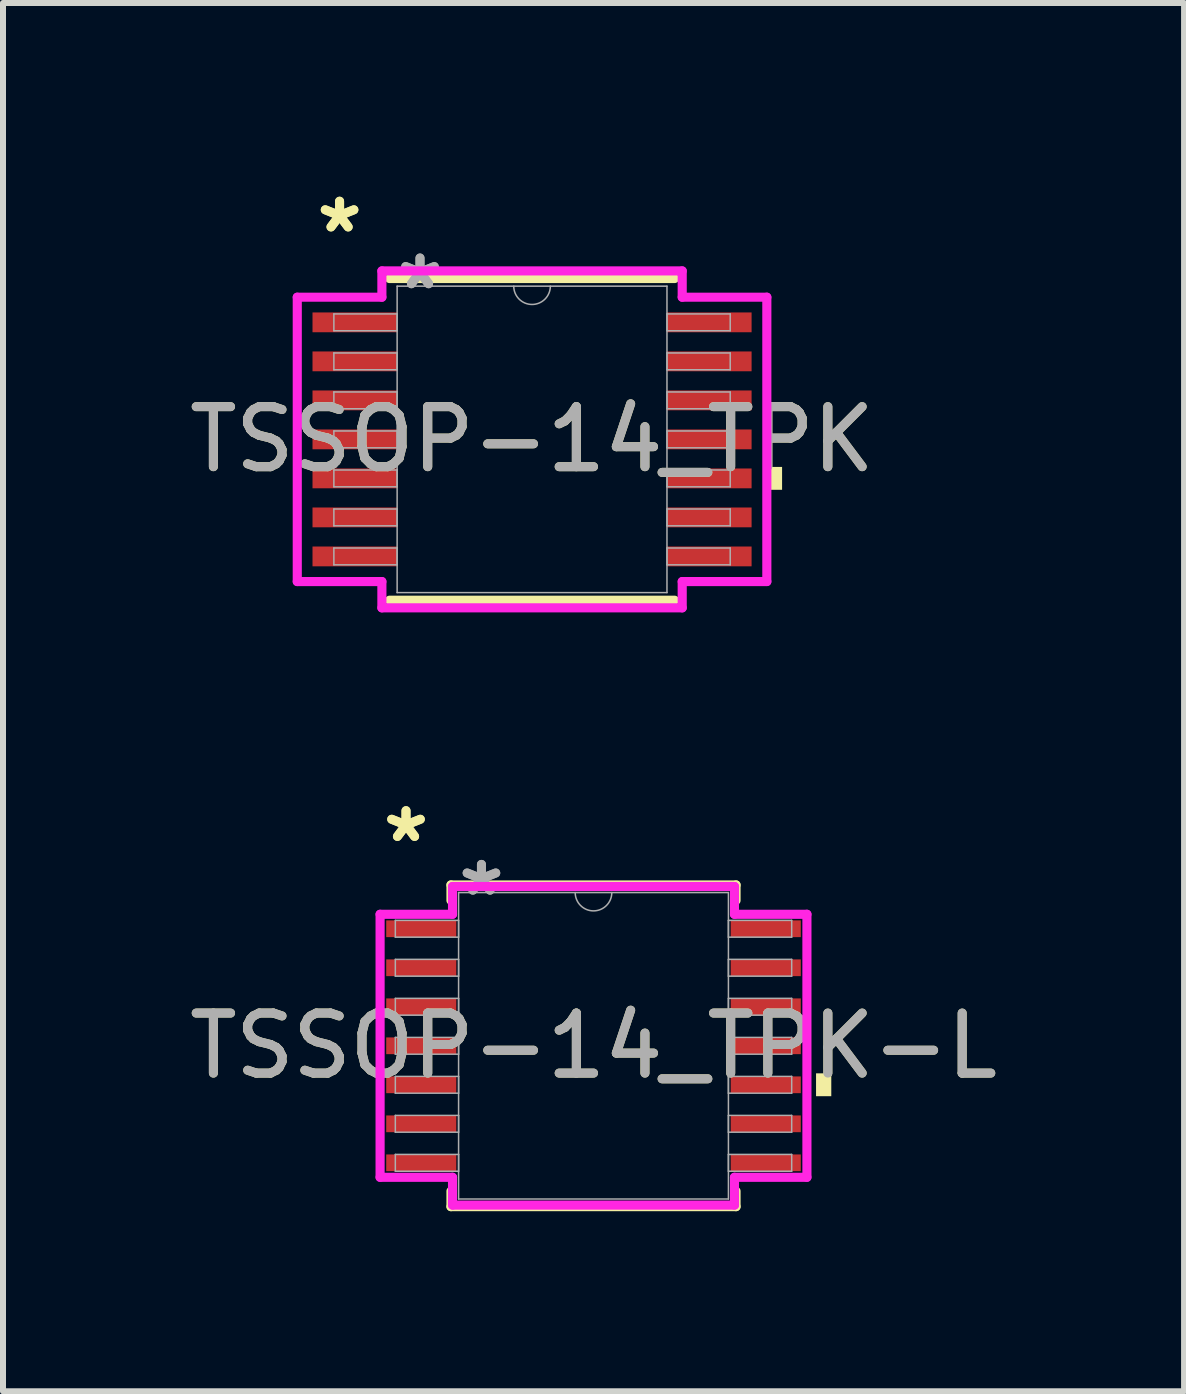
<source format=kicad_pcb>
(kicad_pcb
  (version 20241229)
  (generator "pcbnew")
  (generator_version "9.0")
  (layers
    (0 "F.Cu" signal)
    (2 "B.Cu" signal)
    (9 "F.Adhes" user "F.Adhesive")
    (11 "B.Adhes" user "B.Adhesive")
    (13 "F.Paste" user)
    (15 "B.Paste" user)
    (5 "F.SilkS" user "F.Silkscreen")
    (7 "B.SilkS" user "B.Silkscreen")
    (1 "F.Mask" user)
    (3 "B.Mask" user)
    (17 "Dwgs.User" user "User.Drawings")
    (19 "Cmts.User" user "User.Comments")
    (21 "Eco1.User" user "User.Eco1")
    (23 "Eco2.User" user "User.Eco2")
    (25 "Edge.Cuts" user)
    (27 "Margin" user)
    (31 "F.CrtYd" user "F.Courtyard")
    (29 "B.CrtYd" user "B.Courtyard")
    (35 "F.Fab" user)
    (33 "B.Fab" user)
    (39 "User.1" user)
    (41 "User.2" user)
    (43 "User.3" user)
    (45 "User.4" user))
  (footprint "TSSOP-14_TPK-L"
    (layer "F.Cu")
    (at 6.839 14.375)
    (property "Reference" "TSSOP-14_TPK-L" (at 0 0 0) (unlocked yes) (layer "F.SilkS") (effects (font (size 1 1) (thickness 0.15))))
    (attr smd)
    (fp_line (start -2.375 -2.68) (end -2.375 -2.422) (stroke (width 0.152) (type solid)) (layer "F.SilkS"))
    (fp_line (start -2.375 2.422) (end -2.375 2.68) (stroke (width 0.152) (type solid)) (layer "F.SilkS"))
    (fp_line (start -2.375 2.68) (end 2.375 2.68) (stroke (width 0.152) (type solid)) (layer "F.SilkS"))
    (fp_line (start 2.375 -2.68) (end -2.375 -2.68) (stroke (width 0.152) (type solid)) (layer "F.SilkS"))
    (fp_line (start 2.375 -2.422) (end 2.375 -2.68) (stroke (width 0.152) (type solid)) (layer "F.SilkS"))
    (fp_line (start 2.375 2.68) (end 2.375 2.422) (stroke (width 0.152) (type solid)) (layer "F.SilkS"))
    (fp_poly (pts (xy 3.962 0.459) (xy 3.962 0.84) (xy 3.708 0.84) (xy 3.708 0.459)) (stroke (width 0) (type solid)) (fill yes) (layer "F.SilkS"))
    (fp_line (start -3.556 -2.191) (end -2.349 -2.191) (stroke (width 0.152) (type solid)) (layer "F.CrtYd"))
    (fp_line (start -3.556 2.191) (end -3.556 -2.191) (stroke (width 0.152) (type solid)) (layer "F.CrtYd"))
    (fp_line (start -3.556 2.191) (end -2.349 2.191) (stroke (width 0.152) (type solid)) (layer "F.CrtYd"))
    (fp_line (start -2.349 -2.654) (end 2.349 -2.654) (stroke (width 0.152) (type solid)) (layer "F.CrtYd"))
    (fp_line (start -2.349 -2.191) (end -2.349 -2.654) (stroke (width 0.152) (type solid)) (layer "F.CrtYd"))
    (fp_line (start -2.349 2.654) (end -2.349 2.191) (stroke (width 0.152) (type solid)) (layer "F.CrtYd"))
    (fp_line (start 2.349 -2.654) (end 2.349 -2.191) (stroke (width 0.152) (type solid)) (layer "F.CrtYd"))
    (fp_line (start 2.349 2.191) (end 2.349 2.654) (stroke (width 0.152) (type solid)) (layer "F.CrtYd"))
    (fp_line (start 2.349 2.654) (end -2.349 2.654) (stroke (width 0.152) (type solid)) (layer "F.CrtYd"))
    (fp_line (start 3.556 -2.191) (end 2.349 -2.191) (stroke (width 0.152) (type solid)) (layer "F.CrtYd"))
    (fp_line (start 3.556 -2.191) (end 3.556 2.191) (stroke (width 0.152) (type solid)) (layer "F.CrtYd"))
    (fp_line (start 3.556 2.191) (end 2.349 2.191) (stroke (width 0.152) (type solid)) (layer "F.CrtYd"))
    (fp_line (start -3.302 -2.09) (end -3.302 -1.81) (stroke (width 0.025) (type solid)) (layer "F.Fab"))
    (fp_line (start -3.302 -1.81) (end -2.248 -1.81) (stroke (width 0.025) (type solid)) (layer "F.Fab"))
    (fp_line (start -3.302 -1.44) (end -3.302 -1.16) (stroke (width 0.025) (type solid)) (layer "F.Fab"))
    (fp_line (start -3.302 -1.16) (end -2.248 -1.16) (stroke (width 0.025) (type solid)) (layer "F.Fab"))
    (fp_line (start -3.302 -0.79) (end -3.302 -0.51) (stroke (width 0.025) (type solid)) (layer "F.Fab"))
    (fp_line (start -3.302 -0.51) (end -2.248 -0.51) (stroke (width 0.025) (type solid)) (layer "F.Fab"))
    (fp_line (start -3.302 -0.14) (end -3.302 0.14) (stroke (width 0.025) (type solid)) (layer "F.Fab"))
    (fp_line (start -3.302 0.14) (end -2.248 0.14) (stroke (width 0.025) (type solid)) (layer "F.Fab"))
    (fp_line (start -3.302 0.51) (end -3.302 0.79) (stroke (width 0.025) (type solid)) (layer "F.Fab"))
    (fp_line (start -3.302 0.79) (end -2.248 0.79) (stroke (width 0.025) (type solid)) (layer "F.Fab"))
    (fp_line (start -3.302 1.16) (end -3.302 1.44) (stroke (width 0.025) (type solid)) (layer "F.Fab"))
    (fp_line (start -3.302 1.44) (end -2.248 1.44) (stroke (width 0.025) (type solid)) (layer "F.Fab"))
    (fp_line (start -3.302 1.81) (end -3.302 2.09) (stroke (width 0.025) (type solid)) (layer "F.Fab"))
    (fp_line (start -3.302 2.09) (end -2.248 2.09) (stroke (width 0.025) (type solid)) (layer "F.Fab"))
    (fp_line (start -2.248 -2.553) (end -2.248 2.553) (stroke (width 0.025) (type solid)) (layer "F.Fab"))
    (fp_line (start -2.248 -2.09) (end -3.302 -2.09) (stroke (width 0.025) (type solid)) (layer "F.Fab"))
    (fp_line (start -2.248 -1.81) (end -2.248 -2.09) (stroke (width 0.025) (type solid)) (layer "F.Fab"))
    (fp_line (start -2.248 -1.44) (end -3.302 -1.44) (stroke (width 0.025) (type solid)) (layer "F.Fab"))
    (fp_line (start -2.248 -1.16) (end -2.248 -1.44) (stroke (width 0.025) (type solid)) (layer "F.Fab"))
    (fp_line (start -2.248 -0.79) (end -3.302 -0.79) (stroke (width 0.025) (type solid)) (layer "F.Fab"))
    (fp_line (start -2.248 -0.51) (end -2.248 -0.79) (stroke (width 0.025) (type solid)) (layer "F.Fab"))
    (fp_line (start -2.248 -0.14) (end -3.302 -0.14) (stroke (width 0.025) (type solid)) (layer "F.Fab"))
    (fp_line (start -2.248 0.14) (end -2.248 -0.14) (stroke (width 0.025) (type solid)) (layer "F.Fab"))
    (fp_line (start -2.248 0.51) (end -3.302 0.51) (stroke (width 0.025) (type solid)) (layer "F.Fab"))
    (fp_line (start -2.248 0.79) (end -2.248 0.51) (stroke (width 0.025) (type solid)) (layer "F.Fab"))
    (fp_line (start -2.248 1.16) (end -3.302 1.16) (stroke (width 0.025) (type solid)) (layer "F.Fab"))
    (fp_line (start -2.248 1.44) (end -2.248 1.16) (stroke (width 0.025) (type solid)) (layer "F.Fab"))
    (fp_line (start -2.248 1.81) (end -3.302 1.81) (stroke (width 0.025) (type solid)) (layer "F.Fab"))
    (fp_line (start -2.248 2.09) (end -2.248 1.81) (stroke (width 0.025) (type solid)) (layer "F.Fab"))
    (fp_line (start -2.248 2.553) (end 2.248 2.553) (stroke (width 0.025) (type solid)) (layer "F.Fab"))
    (fp_line (start 2.248 -2.553) (end -2.248 -2.553) (stroke (width 0.025) (type solid)) (layer "F.Fab"))
    (fp_line (start 2.248 -2.09) (end 2.248 -1.81) (stroke (width 0.025) (type solid)) (layer "F.Fab"))
    (fp_line (start 2.248 -1.81) (end 3.302 -1.81) (stroke (width 0.025) (type solid)) (layer "F.Fab"))
    (fp_line (start 2.248 -1.44) (end 2.248 -1.16) (stroke (width 0.025) (type solid)) (layer "F.Fab"))
    (fp_line (start 2.248 -1.16) (end 3.302 -1.16) (stroke (width 0.025) (type solid)) (layer "F.Fab"))
    (fp_line (start 2.248 -0.79) (end 2.248 -0.51) (stroke (width 0.025) (type solid)) (layer "F.Fab"))
    (fp_line (start 2.248 -0.51) (end 3.302 -0.51) (stroke (width 0.025) (type solid)) (layer "F.Fab"))
    (fp_line (start 2.248 -0.14) (end 2.248 0.14) (stroke (width 0.025) (type solid)) (layer "F.Fab"))
    (fp_line (start 2.248 0.14) (end 3.302 0.14) (stroke (width 0.025) (type solid)) (layer "F.Fab"))
    (fp_line (start 2.248 0.51) (end 2.248 0.79) (stroke (width 0.025) (type solid)) (layer "F.Fab"))
    (fp_line (start 2.248 0.79) (end 3.302 0.79) (stroke (width 0.025) (type solid)) (layer "F.Fab"))
    (fp_line (start 2.248 1.16) (end 2.248 1.44) (stroke (width 0.025) (type solid)) (layer "F.Fab"))
    (fp_line (start 2.248 1.44) (end 3.302 1.44) (stroke (width 0.025) (type solid)) (layer "F.Fab"))
    (fp_line (start 2.248 1.81) (end 2.248 2.09) (stroke (width 0.025) (type solid)) (layer "F.Fab"))
    (fp_line (start 2.248 2.09) (end 3.302 2.09) (stroke (width 0.025) (type solid)) (layer "F.Fab"))
    (fp_line (start 2.248 2.553) (end 2.248 -2.553) (stroke (width 0.025) (type solid)) (layer "F.Fab"))
    (fp_line (start 3.302 -2.09) (end 2.248 -2.09) (stroke (width 0.025) (type solid)) (layer "F.Fab"))
    (fp_line (start 3.302 -1.81) (end 3.302 -2.09) (stroke (width 0.025) (type solid)) (layer "F.Fab"))
    (fp_line (start 3.302 -1.44) (end 2.248 -1.44) (stroke (width 0.025) (type solid)) (layer "F.Fab"))
    (fp_line (start 3.302 -1.16) (end 3.302 -1.44) (stroke (width 0.025) (type solid)) (layer "F.Fab"))
    (fp_line (start 3.302 -0.79) (end 2.248 -0.79) (stroke (width 0.025) (type solid)) (layer "F.Fab"))
    (fp_line (start 3.302 -0.51) (end 3.302 -0.79) (stroke (width 0.025) (type solid)) (layer "F.Fab"))
    (fp_line (start 3.302 -0.14) (end 2.248 -0.14) (stroke (width 0.025) (type solid)) (layer "F.Fab"))
    (fp_line (start 3.302 0.14) (end 3.302 -0.14) (stroke (width 0.025) (type solid)) (layer "F.Fab"))
    (fp_line (start 3.302 0.51) (end 2.248 0.51) (stroke (width 0.025) (type solid)) (layer "F.Fab"))
    (fp_line (start 3.302 0.79) (end 3.302 0.51) (stroke (width 0.025) (type solid)) (layer "F.Fab"))
    (fp_line (start 3.302 1.16) (end 2.248 1.16) (stroke (width 0.025) (type solid)) (layer "F.Fab"))
    (fp_line (start 3.302 1.44) (end 3.302 1.16) (stroke (width 0.025) (type solid)) (layer "F.Fab"))
    (fp_line (start 3.302 1.81) (end 2.248 1.81) (stroke (width 0.025) (type solid)) (layer "F.Fab"))
    (fp_line (start 3.302 2.09) (end 3.302 1.81) (stroke (width 0.025) (type solid)) (layer "F.Fab"))
    (fp_arc (start 0.3048 -2.5527) (mid 0 -2.2479) (end -0.3048 -2.5527) (stroke (width 0.0254) (type solid)) (layer "F.Fab"))
    (fp_text user "*" (at -3.124 -3.372 0) (layer "F.SilkS") (effects (font (size 1 1) (thickness 0.15))))
    (fp_text user "*" (at -3.124 -3.372 0) (unlocked yes) (layer "F.SilkS") (effects (font (size 1 1) (thickness 0.15))))
    (fp_text user "${REFERENCE}" (at 0 0 0) (unlocked yes) (layer "F.Fab") (effects (font (size 1 1) (thickness 0.15))))
    (fp_text user "*" (at -1.867 -2.477 0) (unlocked yes) (layer "F.Fab") (effects (font (size 1 1) (thickness 0.15))))
    (fp_text user "*" (at -1.867 -2.477 0) (layer "F.Fab") (effects (font (size 1 1) (thickness 0.15))))
    (pad "1" smd rect (at -2.87 -1.95) (size 1.168 0.279) (layers "F.Cu" "F.Mask" "F.Paste"))
    (pad "2" smd rect (at -2.87 -1.3) (size 1.168 0.279) (layers "F.Cu" "F.Mask" "F.Paste"))
    (pad "3" smd rect (at -2.87 -0.65) (size 1.168 0.279) (layers "F.Cu" "F.Mask" "F.Paste"))
    (pad "4" smd rect (at -2.87 0) (size 1.168 0.279) (layers "F.Cu" "F.Mask" "F.Paste"))
    (pad "5" smd rect (at -2.87 0.65) (size 1.168 0.279) (layers "F.Cu" "F.Mask" "F.Paste"))
    (pad "6" smd rect (at -2.87 1.3) (size 1.168 0.279) (layers "F.Cu" "F.Mask" "F.Paste"))
    (pad "7" smd rect (at -2.87 1.95) (size 1.168 0.279) (layers "F.Cu" "F.Mask" "F.Paste"))
    (pad "8" smd rect (at 2.87 1.95) (size 1.168 0.279) (layers "F.Cu" "F.Mask" "F.Paste"))
    (pad "9" smd rect (at 2.87 1.3) (size 1.168 0.279) (layers "F.Cu" "F.Mask" "F.Paste"))
    (pad "10" smd rect (at 2.87 0.65) (size 1.168 0.279) (layers "F.Cu" "F.Mask" "F.Paste"))
    (pad "11" smd rect (at 2.87 0) (size 1.168 0.279) (layers "F.Cu" "F.Mask" "F.Paste"))
    (pad "12" smd rect (at 2.87 -0.65) (size 1.168 0.279) (layers "F.Cu" "F.Mask" "F.Paste"))
    (pad "13" smd rect (at 2.87 -1.3) (size 1.168 0.279) (layers "F.Cu" "F.Mask" "F.Paste"))
    (pad "14" smd rect (at 2.87 -1.95) (size 1.168 0.279) (layers "F.Cu" "F.Mask" "F.Paste")))
  (footprint "TSSOP-14_TPK"
    (layer "F.Cu")
    (at 5.815 4.271)
    (property "Reference" "TSSOP-14_TPK" (at 0 0 0) (unlocked yes) (layer "F.SilkS") (effects (font (size 1 1) (thickness 0.15))))
    (attr smd)
    (fp_line (start -2.375 2.68) (end 2.375 2.68) (stroke (width 0.152) (type solid)) (layer "F.SilkS"))
    (fp_line (start 2.375 -2.68) (end -2.375 -2.68) (stroke (width 0.152) (type solid)) (layer "F.SilkS"))
    (fp_poly (pts (xy 4.166 0.459) (xy 4.166 0.84) (xy 3.912 0.84) (xy 3.912 0.459)) (stroke (width 0) (type solid)) (fill yes) (layer "F.SilkS"))
    (fp_line (start -3.912 -2.369) (end -2.502 -2.369) (stroke (width 0.152) (type solid)) (layer "F.CrtYd"))
    (fp_line (start -3.912 2.369) (end -3.912 -2.369) (stroke (width 0.152) (type solid)) (layer "F.CrtYd"))
    (fp_line (start -3.912 2.369) (end -2.502 2.369) (stroke (width 0.152) (type solid)) (layer "F.CrtYd"))
    (fp_line (start -2.502 -2.807) (end 2.502 -2.807) (stroke (width 0.152) (type solid)) (layer "F.CrtYd"))
    (fp_line (start -2.502 -2.369) (end -2.502 -2.807) (stroke (width 0.152) (type solid)) (layer "F.CrtYd"))
    (fp_line (start -2.502 2.807) (end -2.502 2.369) (stroke (width 0.152) (type solid)) (layer "F.CrtYd"))
    (fp_line (start 2.502 -2.807) (end 2.502 -2.369) (stroke (width 0.152) (type solid)) (layer "F.CrtYd"))
    (fp_line (start 2.502 2.369) (end 2.502 2.807) (stroke (width 0.152) (type solid)) (layer "F.CrtYd"))
    (fp_line (start 2.502 2.807) (end -2.502 2.807) (stroke (width 0.152) (type solid)) (layer "F.CrtYd"))
    (fp_line (start 3.912 -2.369) (end 2.502 -2.369) (stroke (width 0.152) (type solid)) (layer "F.CrtYd"))
    (fp_line (start 3.912 -2.369) (end 3.912 2.369) (stroke (width 0.152) (type solid)) (layer "F.CrtYd"))
    (fp_line (start 3.912 2.369) (end 2.502 2.369) (stroke (width 0.152) (type solid)) (layer "F.CrtYd"))
    (fp_line (start -3.302 -2.09) (end -3.302 -1.81) (stroke (width 0.025) (type solid)) (layer "F.Fab"))
    (fp_line (start -3.302 -1.81) (end -2.248 -1.81) (stroke (width 0.025) (type solid)) (layer "F.Fab"))
    (fp_line (start -3.302 -1.44) (end -3.302 -1.16) (stroke (width 0.025) (type solid)) (layer "F.Fab"))
    (fp_line (start -3.302 -1.16) (end -2.248 -1.16) (stroke (width 0.025) (type solid)) (layer "F.Fab"))
    (fp_line (start -3.302 -0.79) (end -3.302 -0.51) (stroke (width 0.025) (type solid)) (layer "F.Fab"))
    (fp_line (start -3.302 -0.51) (end -2.248 -0.51) (stroke (width 0.025) (type solid)) (layer "F.Fab"))
    (fp_line (start -3.302 -0.14) (end -3.302 0.14) (stroke (width 0.025) (type solid)) (layer "F.Fab"))
    (fp_line (start -3.302 0.14) (end -2.248 0.14) (stroke (width 0.025) (type solid)) (layer "F.Fab"))
    (fp_line (start -3.302 0.51) (end -3.302 0.79) (stroke (width 0.025) (type solid)) (layer "F.Fab"))
    (fp_line (start -3.302 0.79) (end -2.248 0.79) (stroke (width 0.025) (type solid)) (layer "F.Fab"))
    (fp_line (start -3.302 1.16) (end -3.302 1.44) (stroke (width 0.025) (type solid)) (layer "F.Fab"))
    (fp_line (start -3.302 1.44) (end -2.248 1.44) (stroke (width 0.025) (type solid)) (layer "F.Fab"))
    (fp_line (start -3.302 1.81) (end -3.302 2.09) (stroke (width 0.025) (type solid)) (layer "F.Fab"))
    (fp_line (start -3.302 2.09) (end -2.248 2.09) (stroke (width 0.025) (type solid)) (layer "F.Fab"))
    (fp_line (start -2.248 -2.553) (end -2.248 2.553) (stroke (width 0.025) (type solid)) (layer "F.Fab"))
    (fp_line (start -2.248 -2.09) (end -3.302 -2.09) (stroke (width 0.025) (type solid)) (layer "F.Fab"))
    (fp_line (start -2.248 -1.81) (end -2.248 -2.09) (stroke (width 0.025) (type solid)) (layer "F.Fab"))
    (fp_line (start -2.248 -1.44) (end -3.302 -1.44) (stroke (width 0.025) (type solid)) (layer "F.Fab"))
    (fp_line (start -2.248 -1.16) (end -2.248 -1.44) (stroke (width 0.025) (type solid)) (layer "F.Fab"))
    (fp_line (start -2.248 -0.79) (end -3.302 -0.79) (stroke (width 0.025) (type solid)) (layer "F.Fab"))
    (fp_line (start -2.248 -0.51) (end -2.248 -0.79) (stroke (width 0.025) (type solid)) (layer "F.Fab"))
    (fp_line (start -2.248 -0.14) (end -3.302 -0.14) (stroke (width 0.025) (type solid)) (layer "F.Fab"))
    (fp_line (start -2.248 0.14) (end -2.248 -0.14) (stroke (width 0.025) (type solid)) (layer "F.Fab"))
    (fp_line (start -2.248 0.51) (end -3.302 0.51) (stroke (width 0.025) (type solid)) (layer "F.Fab"))
    (fp_line (start -2.248 0.79) (end -2.248 0.51) (stroke (width 0.025) (type solid)) (layer "F.Fab"))
    (fp_line (start -2.248 1.16) (end -3.302 1.16) (stroke (width 0.025) (type solid)) (layer "F.Fab"))
    (fp_line (start -2.248 1.44) (end -2.248 1.16) (stroke (width 0.025) (type solid)) (layer "F.Fab"))
    (fp_line (start -2.248 1.81) (end -3.302 1.81) (stroke (width 0.025) (type solid)) (layer "F.Fab"))
    (fp_line (start -2.248 2.09) (end -2.248 1.81) (stroke (width 0.025) (type solid)) (layer "F.Fab"))
    (fp_line (start -2.248 2.553) (end 2.248 2.553) (stroke (width 0.025) (type solid)) (layer "F.Fab"))
    (fp_line (start 2.248 -2.553) (end -2.248 -2.553) (stroke (width 0.025) (type solid)) (layer "F.Fab"))
    (fp_line (start 2.248 -2.09) (end 2.248 -1.81) (stroke (width 0.025) (type solid)) (layer "F.Fab"))
    (fp_line (start 2.248 -1.81) (end 3.302 -1.81) (stroke (width 0.025) (type solid)) (layer "F.Fab"))
    (fp_line (start 2.248 -1.44) (end 2.248 -1.16) (stroke (width 0.025) (type solid)) (layer "F.Fab"))
    (fp_line (start 2.248 -1.16) (end 3.302 -1.16) (stroke (width 0.025) (type solid)) (layer "F.Fab"))
    (fp_line (start 2.248 -0.79) (end 2.248 -0.51) (stroke (width 0.025) (type solid)) (layer "F.Fab"))
    (fp_line (start 2.248 -0.51) (end 3.302 -0.51) (stroke (width 0.025) (type solid)) (layer "F.Fab"))
    (fp_line (start 2.248 -0.14) (end 2.248 0.14) (stroke (width 0.025) (type solid)) (layer "F.Fab"))
    (fp_line (start 2.248 0.14) (end 3.302 0.14) (stroke (width 0.025) (type solid)) (layer "F.Fab"))
    (fp_line (start 2.248 0.51) (end 2.248 0.79) (stroke (width 0.025) (type solid)) (layer "F.Fab"))
    (fp_line (start 2.248 0.79) (end 3.302 0.79) (stroke (width 0.025) (type solid)) (layer "F.Fab"))
    (fp_line (start 2.248 1.16) (end 2.248 1.44) (stroke (width 0.025) (type solid)) (layer "F.Fab"))
    (fp_line (start 2.248 1.44) (end 3.302 1.44) (stroke (width 0.025) (type solid)) (layer "F.Fab"))
    (fp_line (start 2.248 1.81) (end 2.248 2.09) (stroke (width 0.025) (type solid)) (layer "F.Fab"))
    (fp_line (start 2.248 2.09) (end 3.302 2.09) (stroke (width 0.025) (type solid)) (layer "F.Fab"))
    (fp_line (start 2.248 2.553) (end 2.248 -2.553) (stroke (width 0.025) (type solid)) (layer "F.Fab"))
    (fp_line (start 3.302 -2.09) (end 2.248 -2.09) (stroke (width 0.025) (type solid)) (layer "F.Fab"))
    (fp_line (start 3.302 -1.81) (end 3.302 -2.09) (stroke (width 0.025) (type solid)) (layer "F.Fab"))
    (fp_line (start 3.302 -1.44) (end 2.248 -1.44) (stroke (width 0.025) (type solid)) (layer "F.Fab"))
    (fp_line (start 3.302 -1.16) (end 3.302 -1.44) (stroke (width 0.025) (type solid)) (layer "F.Fab"))
    (fp_line (start 3.302 -0.79) (end 2.248 -0.79) (stroke (width 0.025) (type solid)) (layer "F.Fab"))
    (fp_line (start 3.302 -0.51) (end 3.302 -0.79) (stroke (width 0.025) (type solid)) (layer "F.Fab"))
    (fp_line (start 3.302 -0.14) (end 2.248 -0.14) (stroke (width 0.025) (type solid)) (layer "F.Fab"))
    (fp_line (start 3.302 0.14) (end 3.302 -0.14) (stroke (width 0.025) (type solid)) (layer "F.Fab"))
    (fp_line (start 3.302 0.51) (end 2.248 0.51) (stroke (width 0.025) (type solid)) (layer "F.Fab"))
    (fp_line (start 3.302 0.79) (end 3.302 0.51) (stroke (width 0.025) (type solid)) (layer "F.Fab"))
    (fp_line (start 3.302 1.16) (end 2.248 1.16) (stroke (width 0.025) (type solid)) (layer "F.Fab"))
    (fp_line (start 3.302 1.44) (end 3.302 1.16) (stroke (width 0.025) (type solid)) (layer "F.Fab"))
    (fp_line (start 3.302 1.81) (end 2.248 1.81) (stroke (width 0.025) (type solid)) (layer "F.Fab"))
    (fp_line (start 3.302 2.09) (end 3.302 1.81) (stroke (width 0.025) (type solid)) (layer "F.Fab"))
    (fp_arc (start 0.3048 -2.5527) (mid 0 -2.2479) (end -0.3048 -2.5527) (stroke (width 0.0254) (type solid)) (layer "F.Fab"))
    (fp_text user "*" (at -3.207 -3.423 0) (layer "F.SilkS") (effects (font (size 1 1) (thickness 0.15))))
    (fp_text user "*" (at -3.207 -3.423 0) (unlocked yes) (layer "F.SilkS") (effects (font (size 1 1) (thickness 0.15))))
    (fp_text user "*" (at -1.867 -2.477 0) (layer "F.Fab") (effects (font (size 1 1) (thickness 0.15))))
    (fp_text user "${REFERENCE}" (at 0 0 0) (unlocked yes) (layer "F.Fab") (effects (font (size 1 1) (thickness 0.15))))
    (fp_text user "*" (at -1.867 -2.477 0) (unlocked yes) (layer "F.Fab") (effects (font (size 1 1) (thickness 0.15))))
    (pad "1" smd rect (at -2.953 -1.95) (size 1.41 0.33) (layers "F.Cu" "F.Mask" "F.Paste"))
    (pad "2" smd rect (at -2.953 -1.3) (size 1.41 0.33) (layers "F.Cu" "F.Mask" "F.Paste"))
    (pad "3" smd rect (at -2.953 -0.65) (size 1.41 0.33) (layers "F.Cu" "F.Mask" "F.Paste"))
    (pad "4" smd rect (at -2.953 0) (size 1.41 0.33) (layers "F.Cu" "F.Mask" "F.Paste"))
    (pad "5" smd rect (at -2.953 0.65) (size 1.41 0.33) (layers "F.Cu" "F.Mask" "F.Paste"))
    (pad "6" smd rect (at -2.953 1.3) (size 1.41 0.33) (layers "F.Cu" "F.Mask" "F.Paste"))
    (pad "7" smd rect (at -2.953 1.95) (size 1.41 0.33) (layers "F.Cu" "F.Mask" "F.Paste"))
    (pad "8" smd rect (at 2.953 1.95) (size 1.41 0.33) (layers "F.Cu" "F.Mask" "F.Paste"))
    (pad "9" smd rect (at 2.953 1.3) (size 1.41 0.33) (layers "F.Cu" "F.Mask" "F.Paste"))
    (pad "10" smd rect (at 2.953 0.65) (size 1.41 0.33) (layers "F.Cu" "F.Mask" "F.Paste"))
    (pad "11" smd rect (at 2.953 0) (size 1.41 0.33) (layers "F.Cu" "F.Mask" "F.Paste"))
    (pad "12" smd rect (at 2.953 -0.65) (size 1.41 0.33) (layers "F.Cu" "F.Mask" "F.Paste"))
    (pad "13" smd rect (at 2.953 -1.3) (size 1.41 0.33) (layers "F.Cu" "F.Mask" "F.Paste"))
    (pad "14" smd rect (at 2.953 -1.95) (size 1.41 0.33) (layers "F.Cu" "F.Mask" "F.Paste")))
  (gr_rect
    (start -3 -3)
    (end 16.679 20.131)
    (stroke (width 0.1) (type default))
    (fill no)
    (layer "Edge.Cuts")))
</source>
